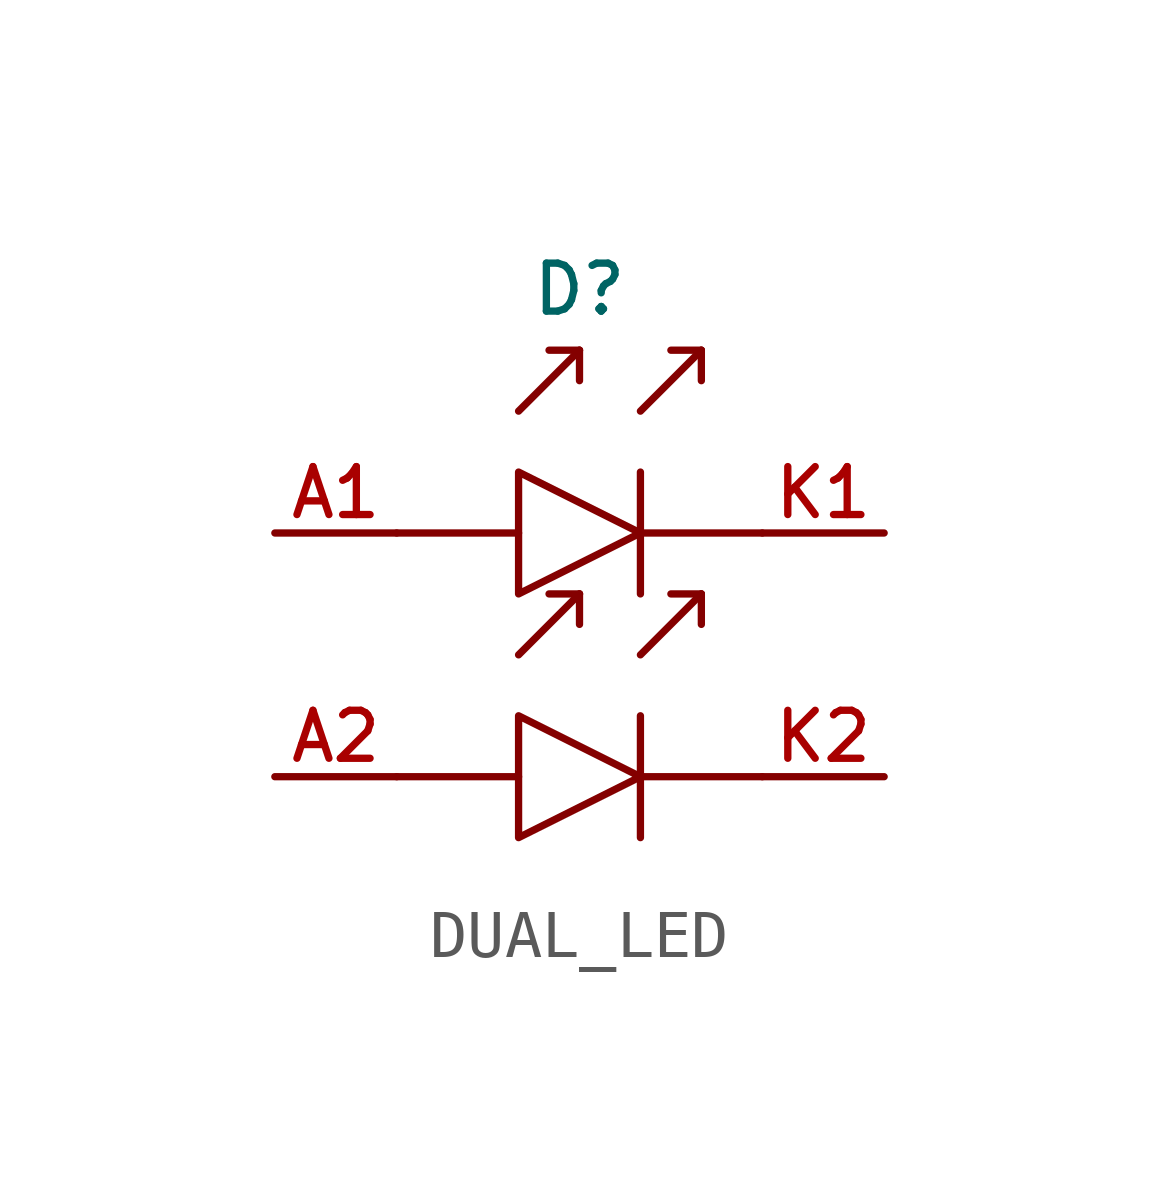
<source format=kicad_sym>
(kicad_symbol_lib
  (version 20241209)
  (generator "kicad_symbol_editor")
  (generator_version "9.0")
  (symbol "DUAL_LED"
    (pin_names
      (hide yes))
    (property "Reference" "D"
      (at 0 5.08 0)
      (effects (font (size 1 1))))
    (property "Value" ""
      (at 0 0 0)
      (effects (font (size 1.27 1.27))))
    (symbol "DUAL_LED_0_1"
      (polyline (pts (xy -3.81 0) (xy -1.27 0)) (stroke (width 0) (type default)) (fill (type none)))
      (polyline (pts (xy -3.81 -5.08) (xy -1.27 -5.08)) (stroke (width 0) (type default)) (fill (type none)))
      (polyline (pts (xy -1.27 2.54) (xy 0 3.81)) (stroke (width 0) (type default)) (fill (type none)))
      (polyline (pts (xy -1.27 1.27) (xy -1.27 -1.27) (xy 1.27 0) (xy -1.27 1.27)) (stroke (width 0) (type default)) (fill (type none)))
      (polyline (pts (xy -1.27 -2.54) (xy 0 -1.27)) (stroke (width 0) (type default)) (fill (type none)))
      (polyline (pts (xy -1.27 -3.81) (xy -1.27 -6.35) (xy 1.27 -5.08) (xy -1.27 -3.81)) (stroke (width 0) (type default)) (fill (type none)))
      (polyline (pts (xy -0.635 3.81) (xy 0 3.81)) (stroke (width 0) (type default)) (fill (type none)))
      (polyline (pts (xy -0.635 -1.27) (xy 0 -1.27)) (stroke (width 0) (type default)) (fill (type none)))
      (polyline (pts (xy 0 3.81) (xy 0 3.175)) (stroke (width 0) (type default)) (fill (type none)))
      (polyline (pts (xy 0 -1.27) (xy 0 -1.905)) (stroke (width 0) (type default)) (fill (type none)))
      (polyline (pts (xy 1.27 2.54) (xy 2.54 3.81)) (stroke (width 0) (type default)) (fill (type none)))
      (polyline (pts (xy 1.27 1.27) (xy 1.27 -1.27)) (stroke (width 0) (type default)) (fill (type none)))
      (polyline (pts (xy 1.27 0) (xy 3.81 0)) (stroke (width 0) (type default)) (fill (type none)))
      (polyline (pts (xy 1.27 -2.54) (xy 2.54 -1.27)) (stroke (width 0) (type default)) (fill (type none)))
      (polyline (pts (xy 1.27 -3.81) (xy 1.27 -6.35)) (stroke (width 0) (type default)) (fill (type none)))
      (polyline (pts (xy 1.27 -5.08) (xy 3.81 -5.08)) (stroke (width 0) (type default)) (fill (type none)))
      (polyline (pts (xy 1.905 3.81) (xy 2.54 3.81)) (stroke (width 0) (type default)) (fill (type none)))
      (polyline (pts (xy 1.905 -1.27) (xy 2.54 -1.27)) (stroke (width 0) (type default)) (fill (type none)))
      (polyline (pts (xy 2.54 3.81) (xy 2.54 3.175)) (stroke (width 0) (type default)) (fill (type none)))
      (polyline (pts (xy 2.54 -1.27) (xy 2.54 -1.905)) (stroke (width 0) (type default)) (fill (type none))))
    (symbol "DUAL_LED_1_1"
      (pin passive line (at -6.35 0 0) (length 2.54) (name "A1" (effects (font (size 1 1)))) (number "A1" (effects (font (size 1 1)))))
      (pin passive line (at -6.35 -5.08 0) (length 2.54) (name "A2" (effects (font (size 1 1)))) (number "A2" (effects (font (size 1 1)))))
      (pin passive line (at 6.35 0 180) (length 2.54) (name "K1" (effects (font (size 1 1)))) (number "K1" (effects (font (size 1 1)))))
      (pin passive line (at 6.35 -5.08 180) (length 2.54) (name "K2" (effects (font (size 1 1)))) (number "K2" (effects (font (size 1 1))))))))
</source>
